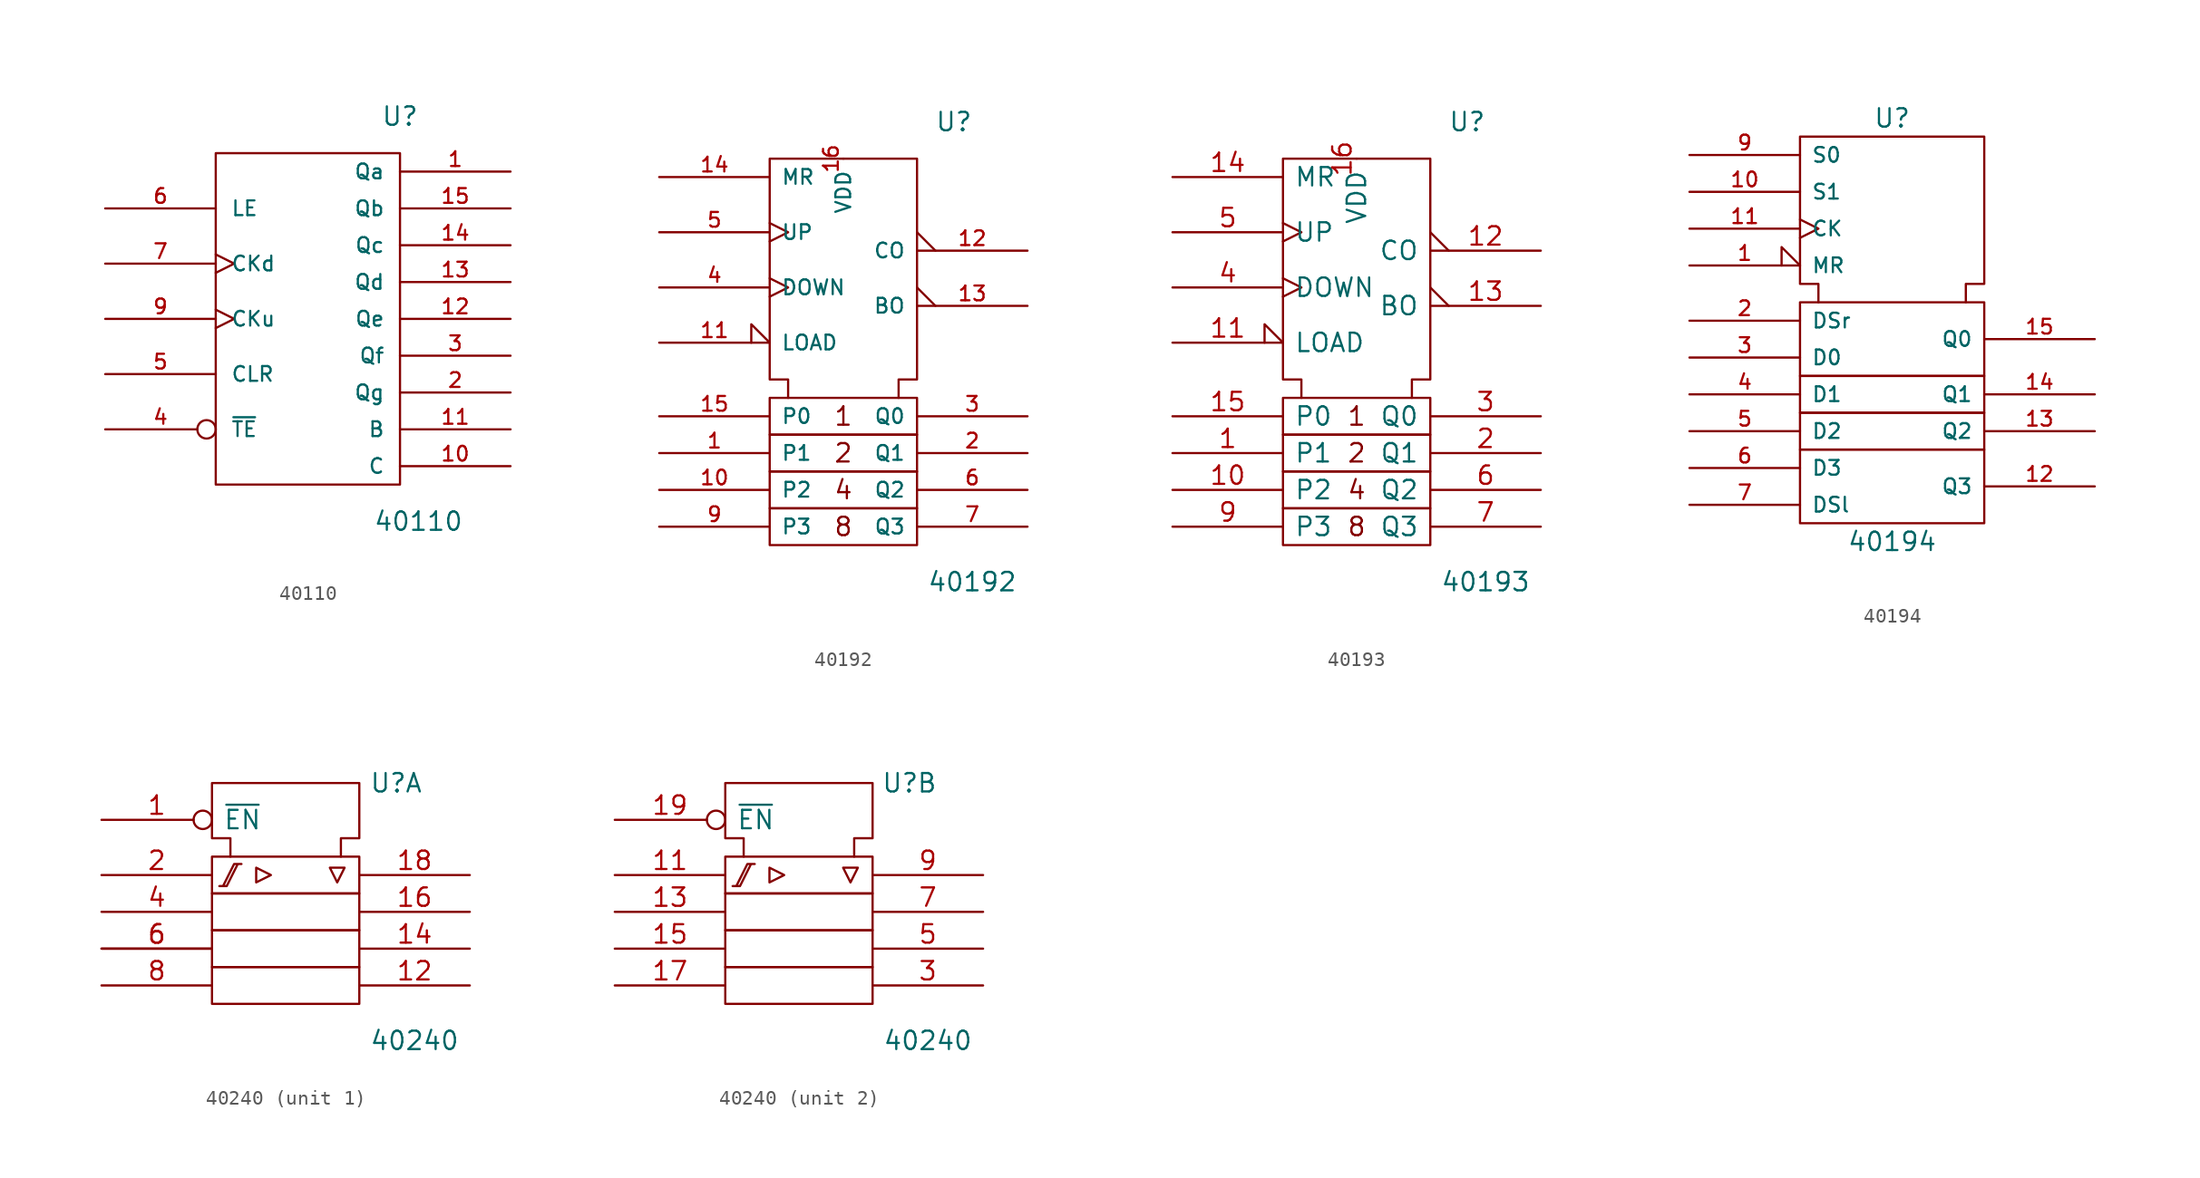
<source format=kicad_sym>
(kicad_symbol_lib
  (version 20201005)
  (generator kicad_symbol_editor)
  (symbol "40110"
    (pin_names
      (offset 1.016))
    (property "Reference" "U"
      (at 6.35 13.97 0)
      (effects (font (size 1.27 1.27))))
    (property "Value" "40110"
      (at 7.62 -13.97 0)
      (effects (font (size 1.27 1.27))))
    (symbol "40110_0_1"
      (rectangle (start -6.35 11.43) (end 6.35 -11.43) (stroke (width 0)) (fill (type none))))
    (symbol "40110_1_1"
      (pin output line (at 13.97 10.16 180) (length 7.62) (name "Qa" (effects (font (size 1.016 1.016)))) (number "1" (effects (font (size 1.016 1.016)))))
      (pin output line (at 13.97 -10.16 180) (length 7.62) (name "C" (effects (font (size 1.016 1.016)))) (number "10" (effects (font (size 1.016 1.016)))))
      (pin output line (at 13.97 -7.62 180) (length 7.62) (name "B" (effects (font (size 1.016 1.016)))) (number "11" (effects (font (size 1.016 1.016)))))
      (pin output line (at 13.97 0 180) (length 7.62) (name "Qe" (effects (font (size 1.016 1.016)))) (number "12" (effects (font (size 1.016 1.016)))))
      (pin output line (at 13.97 2.54 180) (length 7.62) (name "Qd" (effects (font (size 1.016 1.016)))) (number "13" (effects (font (size 1.016 1.016)))))
      (pin output line (at 13.97 5.08 180) (length 7.62) (name "Qc" (effects (font (size 1.016 1.016)))) (number "14" (effects (font (size 1.016 1.016)))))
      (pin output line (at 13.97 7.62 180) (length 7.62) (name "Qb" (effects (font (size 1.016 1.016)))) (number "15" (effects (font (size 1.016 1.016)))))
      (pin output line (at 0 11.43 270) (length 0) hide (name "Vdd" (effects (font (size 1.016 1.016)))) (number "16" (effects (font (size 1.016 1.016)))))
      (pin output line (at 13.97 -5.08 180) (length 7.62) (name "Qg" (effects (font (size 1.016 1.016)))) (number "2" (effects (font (size 1.016 1.016)))))
      (pin output line (at 13.97 -2.54 180) (length 7.62) (name "Qf" (effects (font (size 1.016 1.016)))) (number "3" (effects (font (size 1.016 1.016)))))
      (pin input inverted (at -13.97 -7.62 0) (length 7.62) (name "~TE" (effects (font (size 1.016 1.016)))) (number "4" (effects (font (size 1.016 1.016)))))
      (pin input line (at -13.97 -3.81 0) (length 7.62) (name "CLR" (effects (font (size 1.016 1.016)))) (number "5" (effects (font (size 1.016 1.016)))))
      (pin input line (at -13.97 7.62 0) (length 7.62) (name "LE" (effects (font (size 1.016 1.016)))) (number "6" (effects (font (size 1.016 1.016)))))
      (pin input clock (at -13.97 3.81 0) (length 7.62) (name "CKd" (effects (font (size 1.016 1.016)))) (number "7" (effects (font (size 1.016 1.016)))))
      (pin output line (at 0 -11.43 90) (length 0) hide (name "Vss" (effects (font (size 1.016 1.016)))) (number "8" (effects (font (size 1.016 1.016)))))
      (pin input clock (at -13.97 0 0) (length 7.62) (name "CKu" (effects (font (size 1.016 1.016)))) (number "9" (effects (font (size 1.016 1.016)))))))
  (symbol "40192"
    (pin_names
      (offset 0.762))
    (property "Reference" "U"
      (at 7.62 12.7 0)
      (effects (font (size 1.27 1.27))))
    (property "Value" "40192"
      (at 8.89 -19.05 0)
      (effects (font (size 1.27 1.27))))
    (symbol "40192_0_0"
      (text "1" (at 0 -7.62 0) (effects (font (size 1.27 1.27))))
      (text "2" (at 0 -10.16 0) (effects (font (size 1.27 1.27))))
      (text "4" (at 0 -12.7 0) (effects (font (size 1.27 1.27))))
      (text "8" (at 0 -15.24 0) (effects (font (size 1.27 1.27)))))
    (symbol "40192_0_1"
      (rectangle (start -5.08 -13.97) (end 5.08 -16.51) (stroke (width 0)) (fill (type none)))
      (rectangle (start -5.08 -11.43) (end 5.08 -13.97) (stroke (width 0)) (fill (type none)))
      (rectangle (start -5.08 -8.89) (end 5.08 -11.43) (stroke (width 0)) (fill (type none)))
      (rectangle (start -5.08 -6.35) (end 5.08 -8.89) (stroke (width 0)) (fill (type none)))
      (polyline (pts (xy -3.81 -6.35) (xy -3.81 -5.08) (xy -5.08 -5.08) (xy -5.08 10.16) (xy 5.08 10.16) (xy 5.08 -5.08) (xy 3.81 -5.08) (xy 3.81 -6.35) (xy 3.81 -6.35)) (stroke (width 0)) (fill (type none))))
    (symbol "40192_1_1"
      (pin input line (at -12.7 -10.16 0) (length 7.62) (name "P1" (effects (font (size 1.016 1.016)))) (number "1" (effects (font (size 1.016 1.016)))))
      (pin input line (at -12.7 -12.7 0) (length 7.62) (name "P2" (effects (font (size 1.016 1.016)))) (number "10" (effects (font (size 1.016 1.016)))))
      (pin input input_low (at -12.7 -2.54 0) (length 7.62) (name "LOAD" (effects (font (size 1.016 1.016)))) (number "11" (effects (font (size 1.016 1.016)))))
      (pin output output_low (at 12.7 3.81 180) (length 7.62) (name "CO" (effects (font (size 1.016 1.016)))) (number "12" (effects (font (size 1.016 1.016)))))
      (pin output output_low (at 12.7 0 180) (length 7.62) (name "BO" (effects (font (size 1.016 1.016)))) (number "13" (effects (font (size 1.016 1.016)))))
      (pin input line (at -12.7 8.89 0) (length 7.62) (name "MR" (effects (font (size 1.016 1.016)))) (number "14" (effects (font (size 1.016 1.016)))))
      (pin input line (at -12.7 -7.62 0) (length 7.62) (name "P0" (effects (font (size 1.016 1.016)))) (number "15" (effects (font (size 1.016 1.016)))))
      (pin power_in line (at 0 10.16 270) (length 0) (name "VDD" (effects (font (size 1.016 1.016)))) (number "16" (effects (font (size 1.016 1.016)))))
      (pin output line (at 12.7 -10.16 180) (length 7.62) (name "Q1" (effects (font (size 1.016 1.016)))) (number "2" (effects (font (size 1.016 1.016)))))
      (pin output line (at 12.7 -7.62 180) (length 7.62) (name "Q0" (effects (font (size 1.016 1.016)))) (number "3" (effects (font (size 1.016 1.016)))))
      (pin input clock (at -12.7 1.27 0) (length 7.62) (name "DOWN" (effects (font (size 1.016 1.016)))) (number "4" (effects (font (size 1.016 1.016)))))
      (pin input clock (at -12.7 5.08 0) (length 7.62) (name "UP" (effects (font (size 1.016 1.016)))) (number "5" (effects (font (size 1.016 1.016)))))
      (pin output line (at 12.7 -12.7 180) (length 7.62) (name "Q2" (effects (font (size 1.016 1.016)))) (number "6" (effects (font (size 1.016 1.016)))))
      (pin output line (at 12.7 -15.24 180) (length 7.62) (name "Q3" (effects (font (size 1.016 1.016)))) (number "7" (effects (font (size 1.016 1.016)))))
      (pin power_in line (at 2.54 10.16 270) (length 0) hide (name "VSS" (effects (font (size 1.016 1.016)))) (number "8" (effects (font (size 1.016 1.016)))))
      (pin input line (at -12.7 -15.24 0) (length 7.62) (name "P3" (effects (font (size 1.016 1.016)))) (number "9" (effects (font (size 1.016 1.016)))))))
  (symbol "40193"
    (pin_names
      (offset 0.762))
    (property "Reference" "U"
      (at 7.62 12.7 0)
      (effects (font (size 1.27 1.27))))
    (property "Value" "40193"
      (at 8.89 -19.05 0)
      (effects (font (size 1.27 1.27))))
    (symbol "40193_0_0"
      (text "1" (at 0 -7.62 0) (effects (font (size 1.27 1.27))))
      (text "2" (at 0 -10.16 0) (effects (font (size 1.27 1.27))))
      (text "4" (at 0 -12.7 0) (effects (font (size 1.27 1.27))))
      (text "8" (at 0 -15.24 0) (effects (font (size 1.27 1.27)))))
    (symbol "40193_0_1"
      (rectangle (start -5.08 -13.97) (end 5.08 -16.51) (stroke (width 0)) (fill (type none)))
      (rectangle (start -5.08 -11.43) (end 5.08 -13.97) (stroke (width 0)) (fill (type none)))
      (rectangle (start -5.08 -8.89) (end 5.08 -11.43) (stroke (width 0)) (fill (type none)))
      (rectangle (start -5.08 -6.35) (end 5.08 -8.89) (stroke (width 0)) (fill (type none)))
      (polyline (pts (xy -3.81 -6.35) (xy -3.81 -5.08) (xy -5.08 -5.08) (xy -5.08 10.16) (xy 5.08 10.16) (xy 5.08 -5.08) (xy 3.81 -5.08) (xy 3.81 -6.35) (xy 3.81 -6.35)) (stroke (width 0)) (fill (type none))))
    (symbol "40193_1_1"
      (pin input line (at -12.7 -10.16 0) (length 7.62) (name "P1" (effects (font (size 1.27 1.27)))) (number "1" (effects (font (size 1.27 1.27)))))
      (pin input line (at -12.7 -12.7 0) (length 7.62) (name "P2" (effects (font (size 1.27 1.27)))) (number "10" (effects (font (size 1.27 1.27)))))
      (pin input input_low (at -12.7 -2.54 0) (length 7.62) (name "LOAD" (effects (font (size 1.27 1.27)))) (number "11" (effects (font (size 1.27 1.27)))))
      (pin output output_low (at 12.7 3.81 180) (length 7.62) (name "CO" (effects (font (size 1.27 1.27)))) (number "12" (effects (font (size 1.27 1.27)))))
      (pin output output_low (at 12.7 0 180) (length 7.62) (name "BO" (effects (font (size 1.27 1.27)))) (number "13" (effects (font (size 1.27 1.27)))))
      (pin input line (at -12.7 8.89 0) (length 7.62) (name "MR" (effects (font (size 1.27 1.27)))) (number "14" (effects (font (size 1.27 1.27)))))
      (pin input line (at -12.7 -7.62 0) (length 7.62) (name "P0" (effects (font (size 1.27 1.27)))) (number "15" (effects (font (size 1.27 1.27)))))
      (pin power_in line (at 0 10.16 270) (length 0) (name "VDD" (effects (font (size 1.27 1.27)))) (number "16" (effects (font (size 1.27 1.27)))))
      (pin output line (at 12.7 -10.16 180) (length 7.62) (name "Q1" (effects (font (size 1.27 1.27)))) (number "2" (effects (font (size 1.27 1.27)))))
      (pin output line (at 12.7 -7.62 180) (length 7.62) (name "Q0" (effects (font (size 1.27 1.27)))) (number "3" (effects (font (size 1.27 1.27)))))
      (pin input clock (at -12.7 1.27 0) (length 7.62) (name "DOWN" (effects (font (size 1.27 1.27)))) (number "4" (effects (font (size 1.27 1.27)))))
      (pin input clock (at -12.7 5.08 0) (length 7.62) (name "UP" (effects (font (size 1.27 1.27)))) (number "5" (effects (font (size 1.27 1.27)))))
      (pin output line (at 12.7 -12.7 180) (length 7.62) (name "Q2" (effects (font (size 1.27 1.27)))) (number "6" (effects (font (size 1.27 1.27)))))
      (pin output line (at 12.7 -15.24 180) (length 7.62) (name "Q3" (effects (font (size 1.27 1.27)))) (number "7" (effects (font (size 1.27 1.27)))))
      (pin power_in line (at 2.54 10.16 270) (length 0) hide (name "VSS" (effects (font (size 1.27 1.27)))) (number "8" (effects (font (size 1.27 1.27)))))
      (pin input line (at -12.7 -15.24 0) (length 7.62) (name "P3" (effects (font (size 1.27 1.27)))) (number "9" (effects (font (size 1.27 1.27)))))))
  (symbol "40194"
    (pin_names
      (offset 0.762))
    (property "Reference" "U"
      (at 0 13.97 0)
      (effects (font (size 1.27 1.27))))
    (property "Value" "40194"
      (at 0 -15.24 0)
      (effects (font (size 1.27 1.27))))
    (symbol "40194_0_0"
      (rectangle (start -6.35 -8.89) (end 6.35 -13.97) (stroke (width 0)) (fill (type none)))
      (rectangle (start -6.35 -6.35) (end 6.35 -8.89) (stroke (width 0)) (fill (type none))))
    (symbol "40194_0_1"
      (rectangle (start -6.35 -3.81) (end 6.35 -6.35) (stroke (width 0)) (fill (type none)))
      (rectangle (start -6.35 1.27) (end 6.35 -3.81) (stroke (width 0)) (fill (type none)))
      (polyline (pts (xy -5.08 1.27) (xy -5.08 2.54) (xy -6.35 2.54) (xy -6.35 12.7) (xy 6.35 12.7) (xy 6.35 2.54) (xy 5.08 2.54) (xy 5.08 1.27) (xy 5.08 1.27)) (stroke (width 0)) (fill (type none)))
      (pin power_in line (at 3.81 12.7 270) (length 0) hide (name "Vdd" (effects (font (size 1.016 1.016)))) (number "16" (effects (font (size 1.016 1.016)))))
      (pin power_in line (at 0 12.7 270) (length 0) hide (name "Vss" (effects (font (size 1.016 1.016)))) (number "8" (effects (font (size 1.016 1.016))))))
    (symbol "40194_1_1"
      (pin input input_low (at -13.97 3.81 0) (length 7.62) (name "MR" (effects (font (size 1.016 1.016)))) (number "1" (effects (font (size 1.016 1.016)))))
      (pin input line (at -13.97 8.89 0) (length 7.62) (name "S1" (effects (font (size 1.016 1.016)))) (number "10" (effects (font (size 1.016 1.016)))))
      (pin input clock (at -13.97 6.35 0) (length 7.62) (name "CK" (effects (font (size 1.016 1.016)))) (number "11" (effects (font (size 1.016 1.016)))))
      (pin output line (at 13.97 -11.43 180) (length 7.62) (name "Q3" (effects (font (size 1.016 1.016)))) (number "12" (effects (font (size 1.016 1.016)))))
      (pin output line (at 13.97 -7.62 180) (length 7.62) (name "Q2" (effects (font (size 1.016 1.016)))) (number "13" (effects (font (size 1.016 1.016)))))
      (pin output line (at 13.97 -5.08 180) (length 7.62) (name "Q1" (effects (font (size 1.016 1.016)))) (number "14" (effects (font (size 1.016 1.016)))))
      (pin output line (at 13.97 -1.27 180) (length 7.62) (name "Q0" (effects (font (size 1.016 1.016)))) (number "15" (effects (font (size 1.016 1.016)))))
      (pin input line (at -13.97 0 0) (length 7.62) (name "DSr" (effects (font (size 1.016 1.016)))) (number "2" (effects (font (size 1.016 1.016)))))
      (pin input line (at -13.97 -2.54 0) (length 7.62) (name "D0" (effects (font (size 1.016 1.016)))) (number "3" (effects (font (size 1.016 1.016)))))
      (pin input line (at -13.97 -5.08 0) (length 7.62) (name "D1" (effects (font (size 1.016 1.016)))) (number "4" (effects (font (size 1.016 1.016)))))
      (pin input line (at -13.97 -7.62 0) (length 7.62) (name "D2" (effects (font (size 1.016 1.016)))) (number "5" (effects (font (size 1.016 1.016)))))
      (pin input line (at -13.97 -10.16 0) (length 7.62) (name "D3" (effects (font (size 1.016 1.016)))) (number "6" (effects (font (size 1.016 1.016)))))
      (pin input line (at -13.97 -12.7 0) (length 7.62) (name "DSl" (effects (font (size 1.016 1.016)))) (number "7" (effects (font (size 1.016 1.016)))))
      (pin input line (at -13.97 11.43 0) (length 7.62) (name "S0" (effects (font (size 1.016 1.016)))) (number "9" (effects (font (size 1.016 1.016)))))))
  (symbol "40240"
    (pin_names
      (offset 0.762))
    (property "Reference" "U"
      (at 7.62 8.89 0)
      (effects (font (size 1.27 1.27))))
    (property "Value" "40240"
      (at 8.89 -8.89 0)
      (effects (font (size 1.27 1.27))))
    (symbol "40240_0_0"
      (polyline (pts (xy -2.032 3.048) (xy -2.032 2.032) (xy -1.016 2.54) (xy -2.032 3.048) (xy -2.032 3.048)) (stroke (width 0)) (fill (type none)))
      (polyline (pts (xy 3.048 3.048) (xy 4.064 3.048) (xy 3.556 2.032) (xy 3.048 3.048) (xy 3.048 3.048)) (stroke (width 0)) (fill (type none)))
      (polyline (pts (xy -4.572 1.778) (xy -4.064 1.778) (xy -3.302 3.302) (xy -3.048 3.302) (xy -3.556 3.302) (xy -4.318 1.778) (xy -4.318 1.778)) (stroke (width 0)) (fill (type none))))
    (symbol "40240_0_1"
      (rectangle (start -5.08 -3.81) (end 5.08 -6.35) (stroke (width 0)) (fill (type none)))
      (rectangle (start -5.08 -1.27) (end 5.08 -3.81) (stroke (width 0)) (fill (type none)))
      (rectangle (start -5.08 1.27) (end 5.08 -1.27) (stroke (width 0)) (fill (type none)))
      (rectangle (start -5.08 3.81) (end 5.08 1.27) (stroke (width 0)) (fill (type none)))
      (polyline (pts (xy -3.81 3.81) (xy -3.81 5.08) (xy -5.08 5.08) (xy -5.08 8.89) (xy 5.08 8.89) (xy 5.08 5.08) (xy 3.81 5.08) (xy 3.81 3.81) (xy 3.81 3.81)) (stroke (width 0)) (fill (type none)))
      (pin power_in line (at -1.27 8.89 270) (length 0) hide (name "Vss" (effects (font (size 1.27 1.27)))) (number "10" (effects (font (size 1.27 1.27)))))
      (pin power_in line (at 2.54 8.89 270) (length 0) hide (name "Vdd" (effects (font (size 1.27 1.27)))) (number "20" (effects (font (size 1.27 1.27))))))
    (symbol "40240_1_0"
      (pin output line (at 12.7 -5.08 180) (length 7.62) (name "~" (effects (font (size 1.27 1.27)))) (number "12" (effects (font (size 1.27 1.27)))))
      (pin output line (at 12.7 -2.54 180) (length 7.62) (name "~" (effects (font (size 1.27 1.27)))) (number "14" (effects (font (size 1.27 1.27)))))
      (pin output line (at 12.7 0 180) (length 7.62) (name "~" (effects (font (size 1.27 1.27)))) (number "16" (effects (font (size 1.27 1.27)))))
      (pin output line (at 12.7 2.54 180) (length 7.62) (name "~" (effects (font (size 1.27 1.27)))) (number "18" (effects (font (size 1.27 1.27)))))
      (pin input line (at -12.7 0 0) (length 7.62) (name "~" (effects (font (size 1.27 1.27)))) (number "4" (effects (font (size 1.27 1.27)))))
      (pin input line (at -12.7 -2.54 0) (length 7.62) (name "~" (effects (font (size 1.27 1.27)))) (number "6" (effects (font (size 1.27 1.27))))))
    (symbol "40240_1_1"
      (pin input inverted (at -12.7 6.35 0) (length 7.62) (name "~EN" (effects (font (size 1.27 1.27)))) (number "1" (effects (font (size 1.27 1.27)))))
      (pin input line (at -12.7 2.54 0) (length 7.62) (name "~" (effects (font (size 1.27 1.27)))) (number "2" (effects (font (size 1.27 1.27)))))
      (pin input line (at -12.7 -2.54 0) (length 7.62) (name "~" (effects (font (size 1.27 1.27)))) (number "6" (effects (font (size 1.27 1.27)))))
      (pin input line (at -12.7 -5.08 0) (length 7.62) (name "~" (effects (font (size 1.27 1.27)))) (number "8" (effects (font (size 1.27 1.27))))))
    (symbol "40240_2_0"
      (pin input line (at -12.7 2.54 0) (length 7.62) (name "~" (effects (font (size 1.27 1.27)))) (number "11" (effects (font (size 1.27 1.27)))))
      (pin input line (at -12.7 -2.54 0) (length 7.62) (name "~" (effects (font (size 1.27 1.27)))) (number "15" (effects (font (size 1.27 1.27)))))
      (pin input line (at -12.7 -5.08 0) (length 7.62) (name "~" (effects (font (size 1.27 1.27)))) (number "17" (effects (font (size 1.27 1.27)))))
      (pin input inverted (at -12.7 6.35 0) (length 7.62) (name "~EN" (effects (font (size 1.27 1.27)))) (number "19" (effects (font (size 1.27 1.27))))))
    (symbol "40240_2_1"
      (pin input line (at -12.7 0 0) (length 7.62) (name "~" (effects (font (size 1.27 1.27)))) (number "13" (effects (font (size 1.27 1.27)))))
      (pin output line (at 12.7 -5.08 180) (length 7.62) (name "~" (effects (font (size 1.27 1.27)))) (number "3" (effects (font (size 1.27 1.27)))))
      (pin output line (at 12.7 -2.54 180) (length 7.62) (name "~" (effects (font (size 1.27 1.27)))) (number "5" (effects (font (size 1.27 1.27)))))
      (pin output line (at 12.7 0 180) (length 7.62) (name "~" (effects (font (size 1.27 1.27)))) (number "7" (effects (font (size 1.27 1.27)))))
      (pin output line (at 12.7 2.54 180) (length 7.62) (name "~" (effects (font (size 1.27 1.27)))) (number "9" (effects (font (size 1.27 1.27))))))))
</source>
